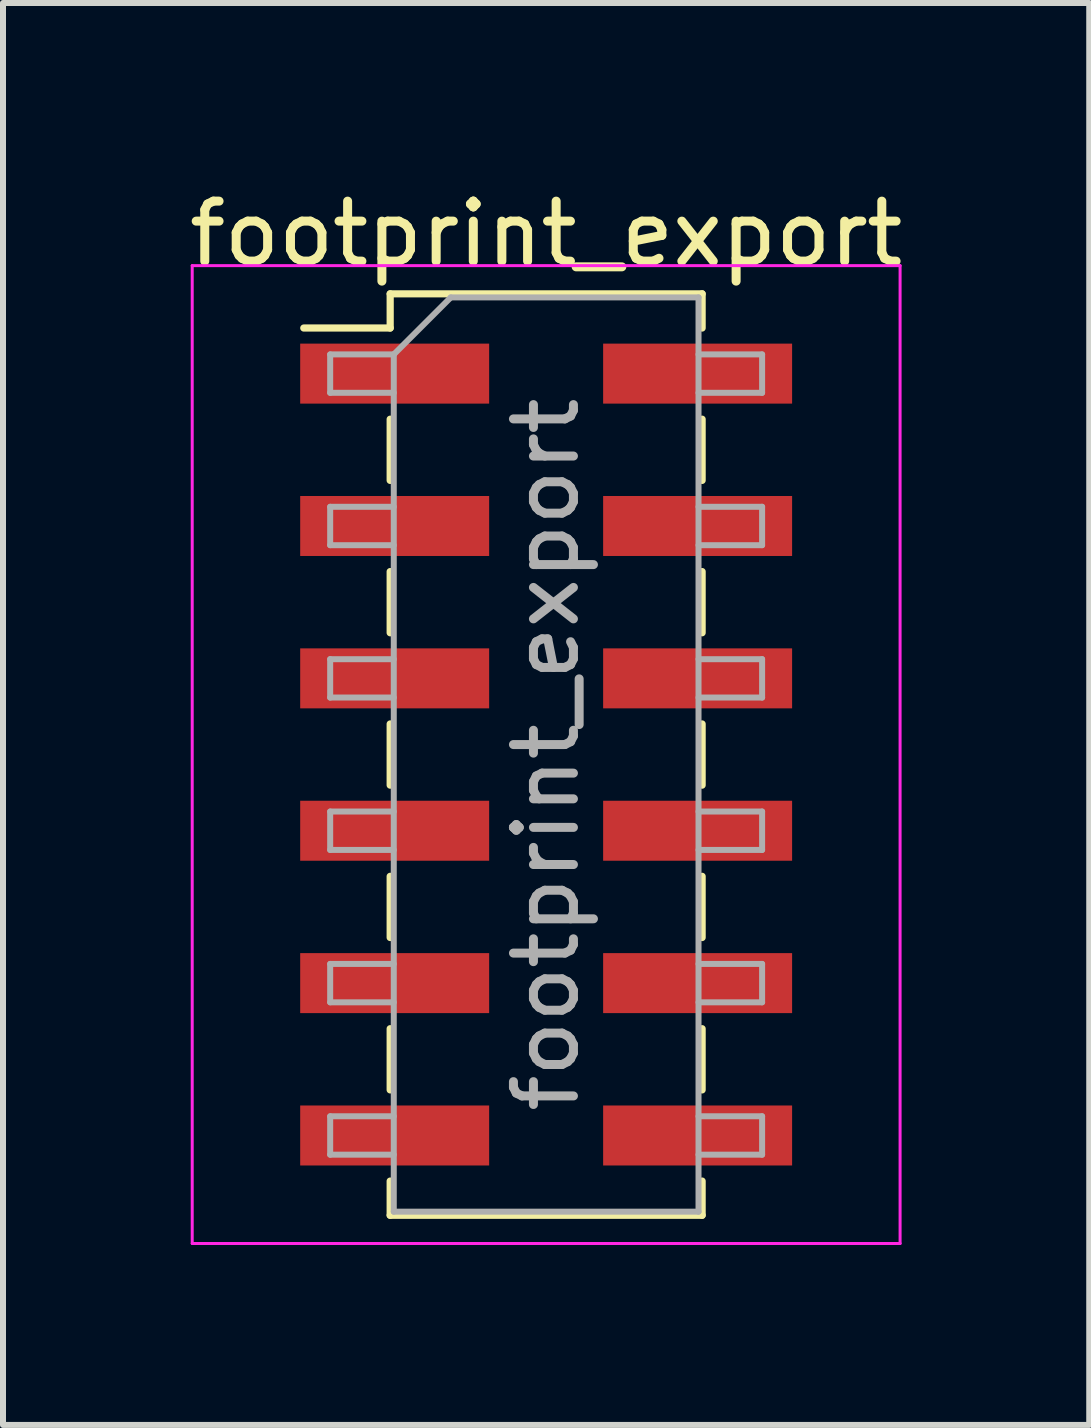
<source format=kicad_pcb>
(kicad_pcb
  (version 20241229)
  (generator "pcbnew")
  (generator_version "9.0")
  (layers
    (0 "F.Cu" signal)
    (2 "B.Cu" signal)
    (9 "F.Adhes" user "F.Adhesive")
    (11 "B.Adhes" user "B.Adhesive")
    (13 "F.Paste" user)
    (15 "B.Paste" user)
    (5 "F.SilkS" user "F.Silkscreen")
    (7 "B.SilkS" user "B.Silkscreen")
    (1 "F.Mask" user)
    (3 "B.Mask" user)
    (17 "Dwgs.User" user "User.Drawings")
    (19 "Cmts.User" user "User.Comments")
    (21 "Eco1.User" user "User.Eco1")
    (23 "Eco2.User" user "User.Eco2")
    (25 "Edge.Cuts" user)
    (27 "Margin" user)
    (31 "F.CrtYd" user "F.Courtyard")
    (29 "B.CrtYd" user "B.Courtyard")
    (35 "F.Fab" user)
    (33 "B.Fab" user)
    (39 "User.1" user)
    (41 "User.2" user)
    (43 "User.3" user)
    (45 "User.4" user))
  (footprint "footprint_export"
    (layer "F.Cu")
    (at 6.054 9.528)
    (property "Reference" "footprint_export" (at 0 -8.68 0) (layer "F.SilkS") (effects (font (size 1 1) (thickness 0.15))))
    (attr smd)
    (fp_line (start -4.04 -7.11) (end -2.6 -7.11) (stroke (width 0.12) (type solid)) (layer "F.SilkS"))
    (fp_line (start -2.6 -7.68) (end -2.6 -7.11) (stroke (width 0.12) (type solid)) (layer "F.SilkS"))
    (fp_line (start -2.6 -7.68) (end 2.6 -7.68) (stroke (width 0.12) (type solid)) (layer "F.SilkS"))
    (fp_line (start -2.6 -5.59) (end -2.6 -4.57) (stroke (width 0.12) (type solid)) (layer "F.SilkS"))
    (fp_line (start -2.6 -3.05) (end -2.6 -2.03) (stroke (width 0.12) (type solid)) (layer "F.SilkS"))
    (fp_line (start -2.6 -0.51) (end -2.6 0.51) (stroke (width 0.12) (type solid)) (layer "F.SilkS"))
    (fp_line (start -2.6 2.03) (end -2.6 3.05) (stroke (width 0.12) (type solid)) (layer "F.SilkS"))
    (fp_line (start -2.6 4.57) (end -2.6 5.59) (stroke (width 0.12) (type solid)) (layer "F.SilkS"))
    (fp_line (start -2.6 7.11) (end -2.6 7.68) (stroke (width 0.12) (type solid)) (layer "F.SilkS"))
    (fp_line (start -2.6 7.68) (end 2.6 7.68) (stroke (width 0.12) (type solid)) (layer "F.SilkS"))
    (fp_line (start 2.6 -7.68) (end 2.6 -7.11) (stroke (width 0.12) (type solid)) (layer "F.SilkS"))
    (fp_line (start 2.6 -5.59) (end 2.6 -4.57) (stroke (width 0.12) (type solid)) (layer "F.SilkS"))
    (fp_line (start 2.6 -3.05) (end 2.6 -2.03) (stroke (width 0.12) (type solid)) (layer "F.SilkS"))
    (fp_line (start 2.6 -0.51) (end 2.6 0.51) (stroke (width 0.12) (type solid)) (layer "F.SilkS"))
    (fp_line (start 2.6 2.03) (end 2.6 3.05) (stroke (width 0.12) (type solid)) (layer "F.SilkS"))
    (fp_line (start 2.6 4.57) (end 2.6 5.59) (stroke (width 0.12) (type solid)) (layer "F.SilkS"))
    (fp_line (start 2.6 7.11) (end 2.6 7.68) (stroke (width 0.12) (type solid)) (layer "F.SilkS"))
    (fp_line (start -5.9 -8.15) (end -5.9 8.15) (stroke (width 0.05) (type solid)) (layer "F.CrtYd"))
    (fp_line (start -5.9 8.15) (end 5.9 8.15) (stroke (width 0.05) (type solid)) (layer "F.CrtYd"))
    (fp_line (start 5.9 -8.15) (end -5.9 -8.15) (stroke (width 0.05) (type solid)) (layer "F.CrtYd"))
    (fp_line (start 5.9 8.15) (end 5.9 -8.15) (stroke (width 0.05) (type solid)) (layer "F.CrtYd"))
    (fp_line (start -3.6 -6.67) (end -3.6 -6.03) (stroke (width 0.1) (type solid)) (layer "F.Fab"))
    (fp_line (start -3.6 -6.03) (end -2.54 -6.03) (stroke (width 0.1) (type solid)) (layer "F.Fab"))
    (fp_line (start -3.6 -4.13) (end -3.6 -3.49) (stroke (width 0.1) (type solid)) (layer "F.Fab"))
    (fp_line (start -3.6 -3.49) (end -2.54 -3.49) (stroke (width 0.1) (type solid)) (layer "F.Fab"))
    (fp_line (start -3.6 -1.59) (end -3.6 -0.95) (stroke (width 0.1) (type solid)) (layer "F.Fab"))
    (fp_line (start -3.6 -0.95) (end -2.54 -0.95) (stroke (width 0.1) (type solid)) (layer "F.Fab"))
    (fp_line (start -3.6 0.95) (end -3.6 1.59) (stroke (width 0.1) (type solid)) (layer "F.Fab"))
    (fp_line (start -3.6 1.59) (end -2.54 1.59) (stroke (width 0.1) (type solid)) (layer "F.Fab"))
    (fp_line (start -3.6 3.49) (end -3.6 4.13) (stroke (width 0.1) (type solid)) (layer "F.Fab"))
    (fp_line (start -3.6 4.13) (end -2.54 4.13) (stroke (width 0.1) (type solid)) (layer "F.Fab"))
    (fp_line (start -3.6 6.03) (end -3.6 6.67) (stroke (width 0.1) (type solid)) (layer "F.Fab"))
    (fp_line (start -3.6 6.67) (end -2.54 6.67) (stroke (width 0.1) (type solid)) (layer "F.Fab"))
    (fp_line (start -2.54 -6.67) (end -3.6 -6.67) (stroke (width 0.1) (type solid)) (layer "F.Fab"))
    (fp_line (start -2.54 -6.67) (end -1.59 -7.62) (stroke (width 0.1) (type solid)) (layer "F.Fab"))
    (fp_line (start -2.54 -4.13) (end -3.6 -4.13) (stroke (width 0.1) (type solid)) (layer "F.Fab"))
    (fp_line (start -2.54 -1.59) (end -3.6 -1.59) (stroke (width 0.1) (type solid)) (layer "F.Fab"))
    (fp_line (start -2.54 0.95) (end -3.6 0.95) (stroke (width 0.1) (type solid)) (layer "F.Fab"))
    (fp_line (start -2.54 3.49) (end -3.6 3.49) (stroke (width 0.1) (type solid)) (layer "F.Fab"))
    (fp_line (start -2.54 6.03) (end -3.6 6.03) (stroke (width 0.1) (type solid)) (layer "F.Fab"))
    (fp_line (start -2.54 7.62) (end -2.54 -6.67) (stroke (width 0.1) (type solid)) (layer "F.Fab"))
    (fp_line (start -1.59 -7.62) (end 2.54 -7.62) (stroke (width 0.1) (type solid)) (layer "F.Fab"))
    (fp_line (start 2.54 -7.62) (end 2.54 7.62) (stroke (width 0.1) (type solid)) (layer "F.Fab"))
    (fp_line (start 2.54 -6.67) (end 3.6 -6.67) (stroke (width 0.1) (type solid)) (layer "F.Fab"))
    (fp_line (start 2.54 -4.13) (end 3.6 -4.13) (stroke (width 0.1) (type solid)) (layer "F.Fab"))
    (fp_line (start 2.54 -1.59) (end 3.6 -1.59) (stroke (width 0.1) (type solid)) (layer "F.Fab"))
    (fp_line (start 2.54 0.95) (end 3.6 0.95) (stroke (width 0.1) (type solid)) (layer "F.Fab"))
    (fp_line (start 2.54 3.49) (end 3.6 3.49) (stroke (width 0.1) (type solid)) (layer "F.Fab"))
    (fp_line (start 2.54 6.03) (end 3.6 6.03) (stroke (width 0.1) (type solid)) (layer "F.Fab"))
    (fp_line (start 2.54 7.62) (end -2.54 7.62) (stroke (width 0.1) (type solid)) (layer "F.Fab"))
    (fp_line (start 3.6 -6.67) (end 3.6 -6.03) (stroke (width 0.1) (type solid)) (layer "F.Fab"))
    (fp_line (start 3.6 -6.03) (end 2.54 -6.03) (stroke (width 0.1) (type solid)) (layer "F.Fab"))
    (fp_line (start 3.6 -4.13) (end 3.6 -3.49) (stroke (width 0.1) (type solid)) (layer "F.Fab"))
    (fp_line (start 3.6 -3.49) (end 2.54 -3.49) (stroke (width 0.1) (type solid)) (layer "F.Fab"))
    (fp_line (start 3.6 -1.59) (end 3.6 -0.95) (stroke (width 0.1) (type solid)) (layer "F.Fab"))
    (fp_line (start 3.6 -0.95) (end 2.54 -0.95) (stroke (width 0.1) (type solid)) (layer "F.Fab"))
    (fp_line (start 3.6 0.95) (end 3.6 1.59) (stroke (width 0.1) (type solid)) (layer "F.Fab"))
    (fp_line (start 3.6 1.59) (end 2.54 1.59) (stroke (width 0.1) (type solid)) (layer "F.Fab"))
    (fp_line (start 3.6 3.49) (end 3.6 4.13) (stroke (width 0.1) (type solid)) (layer "F.Fab"))
    (fp_line (start 3.6 4.13) (end 2.54 4.13) (stroke (width 0.1) (type solid)) (layer "F.Fab"))
    (fp_line (start 3.6 6.03) (end 3.6 6.67) (stroke (width 0.1) (type solid)) (layer "F.Fab"))
    (fp_line (start 3.6 6.67) (end 2.54 6.67) (stroke (width 0.1) (type solid)) (layer "F.Fab"))
    (fp_text user "${REFERENCE}" (at 0 0 90) (layer "F.Fab") (effects (font (size 1 1) (thickness 0.15))))
    (pad "1" smd rect (at -2.525 -6.35) (size 3.15 1) (layers "F.Cu" "F.Mask" "F.Paste"))
    (pad "2" smd rect (at 2.525 -6.35) (size 3.15 1) (layers "F.Cu" "F.Mask" "F.Paste"))
    (pad "3" smd rect (at -2.525 -3.81) (size 3.15 1) (layers "F.Cu" "F.Mask" "F.Paste"))
    (pad "4" smd rect (at 2.525 -3.81) (size 3.15 1) (layers "F.Cu" "F.Mask" "F.Paste"))
    (pad "5" smd rect (at -2.525 -1.27) (size 3.15 1) (layers "F.Cu" "F.Mask" "F.Paste"))
    (pad "6" smd rect (at 2.525 -1.27) (size 3.15 1) (layers "F.Cu" "F.Mask" "F.Paste"))
    (pad "7" smd rect (at -2.525 1.27) (size 3.15 1) (layers "F.Cu" "F.Mask" "F.Paste"))
    (pad "8" smd rect (at 2.525 1.27) (size 3.15 1) (layers "F.Cu" "F.Mask" "F.Paste"))
    (pad "9" smd rect (at -2.525 3.81) (size 3.15 1) (layers "F.Cu" "F.Mask" "F.Paste"))
    (pad "10" smd rect (at 2.525 3.81) (size 3.15 1) (layers "F.Cu" "F.Mask" "F.Paste"))
    (pad "11" smd rect (at -2.525 6.35) (size 3.15 1) (layers "F.Cu" "F.Mask" "F.Paste"))
    (pad "12" smd rect (at 2.525 6.35) (size 3.15 1) (layers "F.Cu" "F.Mask" "F.Paste")))
  (gr_rect
    (start -3 -3)
    (end 15.107 20.703)
    (stroke (width 0.1) (type default))
    (fill no)
    (layer "Edge.Cuts")))
</source>
